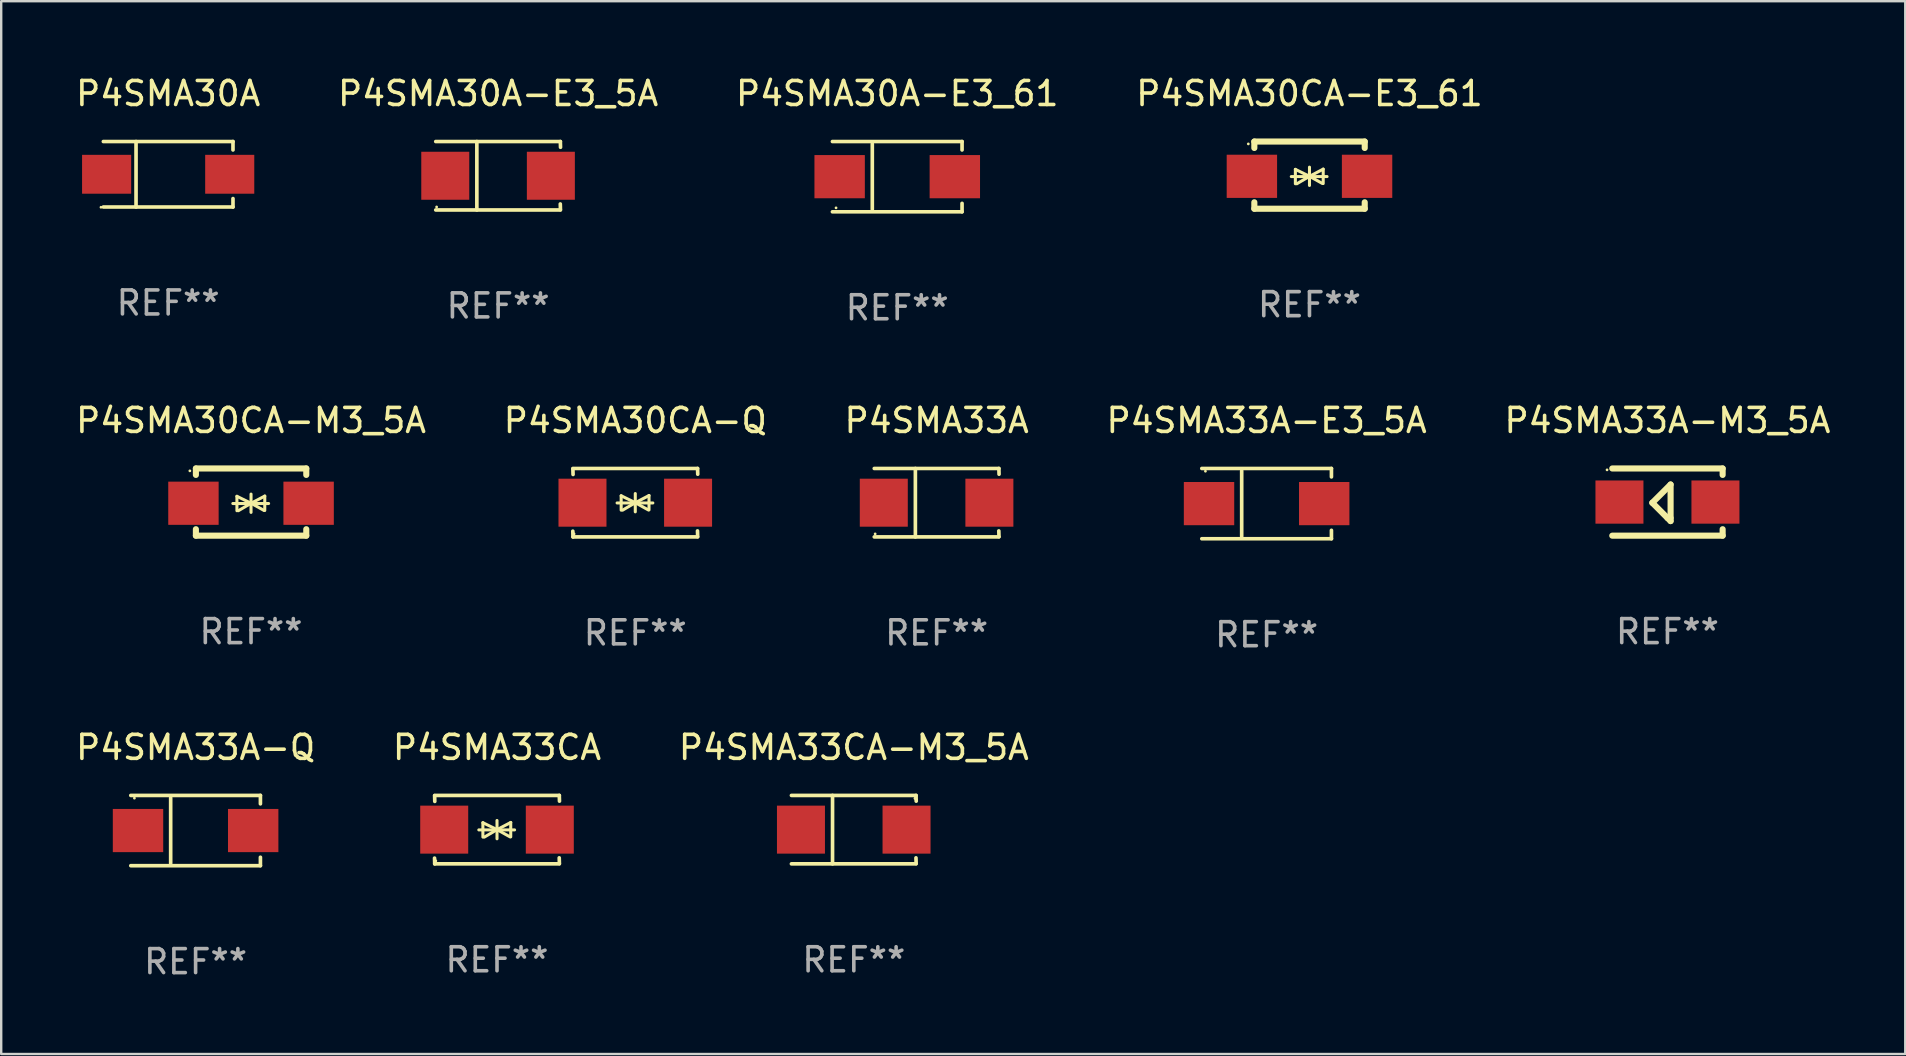
<source format=kicad_pcb>
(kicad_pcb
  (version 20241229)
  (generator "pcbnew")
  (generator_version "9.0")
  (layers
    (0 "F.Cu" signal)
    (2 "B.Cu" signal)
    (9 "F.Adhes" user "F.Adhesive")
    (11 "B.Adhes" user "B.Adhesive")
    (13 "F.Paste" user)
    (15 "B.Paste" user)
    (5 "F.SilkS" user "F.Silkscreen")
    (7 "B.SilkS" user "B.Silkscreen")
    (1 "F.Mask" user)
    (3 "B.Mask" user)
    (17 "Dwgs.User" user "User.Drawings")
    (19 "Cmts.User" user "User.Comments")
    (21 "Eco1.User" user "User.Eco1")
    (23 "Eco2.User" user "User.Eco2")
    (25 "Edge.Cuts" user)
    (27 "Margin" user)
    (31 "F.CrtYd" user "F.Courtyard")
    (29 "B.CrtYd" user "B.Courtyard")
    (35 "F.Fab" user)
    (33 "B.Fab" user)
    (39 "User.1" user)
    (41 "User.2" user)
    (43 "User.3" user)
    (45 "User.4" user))
  (footprint "P4SMA30A-E3_61"
    (layer "F.Cu")
    (at 34.339 4.312)
    (property "Reference" "P4SMA30A-E3_61" (at 0 -3.464 0) (layer "F.SilkS") (effects (font (size 1 1) (thickness 0.15))))
    (attr through_hole)
    (fp_line (start -2.701 -1.464) (end 2.701 -1.464) (stroke (width 0.152) (type solid)) (layer "F.SilkS"))
    (fp_line (start -2.701 1.464) (end 2.701 1.464) (stroke (width 0.152) (type solid)) (layer "F.SilkS"))
    (fp_line (start -1.039 -1.364) (end -1.039 1.364) (stroke (width 0.152) (type solid)) (layer "F.SilkS"))
    (fp_line (start 2.701 -1.464) (end 2.701 -1.113) (stroke (width 0.152) (type solid)) (layer "F.SilkS"))
    (fp_line (start 2.701 1.464) (end 2.701 1.113) (stroke (width 0.152) (type solid)) (layer "F.SilkS"))
    (fp_circle (center -2.55 1.3) (end -2.52 1.3) (stroke (width 0.06) (type solid)) (fill no) (layer "F.SilkS"))
    (fp_text user "REF**" (at 0 5.464 0) (layer "F.Fab") (effects (font (size 1 1) (thickness 0.15))))
    (pad "1" smd rect (at -2.4 0.000025) (size 2.1 1.8) (layers "F.Cu" "F.Mask" "F.Paste"))
    (pad "2" smd rect (at 2.4 0.000025) (size 2.1 1.8) (layers "F.Cu" "F.Mask" "F.Paste")))
  (footprint "P4SMA33A-M3_5A"
    (layer "F.Cu")
    (at 66.435 17.872)
    (property "Reference" "P4SMA33A-M3_5A" (at 0 -3.4 0) (layer "F.SilkS") (effects (font (size 1 1) (thickness 0.15))))
    (attr through_hole)
    (fp_line (start -2.3 -1.4) (end 2.3 -1.4) (stroke (width 0.254) (type solid)) (layer "F.SilkS"))
    (fp_line (start -2.3 1.4) (end 2.3 1.4) (stroke (width 0.254) (type solid)) (layer "F.SilkS"))
    (fp_line (start -0.631 0.03) (end 0.131 -0.732) (stroke (width 0.254) (type solid)) (layer "F.SilkS"))
    (fp_line (start 0.004 0.665) (end -0.631 0.03) (stroke (width 0.254) (type solid)) (layer "F.SilkS"))
    (fp_line (start 0.131 -0.732) (end 0.131 0.665) (stroke (width 0.254) (type solid)) (layer "F.SilkS"))
    (fp_line (start 0.131 0.665) (end 0.131 0.792) (stroke (width 0.254) (type solid)) (layer "F.SilkS"))
    (fp_line (start 0.131 0.792) (end 0.004 0.665) (stroke (width 0.254) (type solid)) (layer "F.SilkS"))
    (fp_line (start 2.3 -1.4) (end 2.3 -1.131) (stroke (width 0.254) (type solid)) (layer "F.SilkS"))
    (fp_line (start 2.3 1.131) (end 2.3 1.4) (stroke (width 0.254) (type solid)) (layer "F.SilkS"))
    (fp_circle (center -2.517 -1.342) (end -2.487 -1.342) (stroke (width 0.06) (type solid)) (fill no) (layer "F.SilkS"))
    (fp_text user "REF**" (at 0 5.4 0) (layer "F.Fab") (effects (font (size 1 1) (thickness 0.15))))
    (pad "1" smd rect (at -2 -0.000127) (size 2 1.8) (layers "F.Cu" "F.Mask" "F.Paste"))
    (pad "2" smd rect (at 2 -0.000127) (size 2 1.8) (layers "F.Cu" "F.Mask" "F.Paste")))
  (footprint "P4SMA30CA-E3_61"
    (layer "F.Cu")
    (at 51.518 4.248)
    (property "Reference" "P4SMA30CA-E3_61" (at 0 -3.4 0) (layer "F.SilkS") (effects (font (size 1 1) (thickness 0.15))))
    (attr through_hole)
    (fp_line (start -2.298 -1.4) (end -2.298 -1.131) (stroke (width 0.254) (type solid)) (layer "F.SilkS"))
    (fp_line (start -2.298 -1.4) (end 2.302 -1.4) (stroke (width 0.254) (type solid)) (layer "F.SilkS"))
    (fp_line (start -2.298 1.131) (end -2.298 1.4) (stroke (width 0.254) (type solid)) (layer "F.SilkS"))
    (fp_line (start -2.298 1.4) (end 2.302 1.4) (stroke (width 0.254) (type solid)) (layer "F.SilkS"))
    (fp_line (start -0.758 0.06) (end 0.732 0.06) (stroke (width 0.127) (type solid)) (layer "F.SilkS"))
    (fp_line (start -0.588 -0.24) (end -0.588 0.36) (stroke (width 0.127) (type solid)) (layer "F.SilkS"))
    (fp_line (start -0.588 -0.24) (end 0.000025 0.049) (stroke (width 0.127) (type solid)) (layer "F.SilkS"))
    (fp_line (start -0.528 0.36) (end 0.000025 0.049) (stroke (width 0.127) (type solid)) (layer "F.SilkS"))
    (fp_line (start 0.000025 0.049) (end 0.000025 -0.332) (stroke (width 0.127) (type solid)) (layer "F.SilkS"))
    (fp_line (start 0.000025 0.049) (end 0.000025 0.43) (stroke (width 0.127) (type solid)) (layer "F.SilkS"))
    (fp_line (start 0.542 0.35) (end 0.000025 0.049) (stroke (width 0.127) (type solid)) (layer "F.SilkS"))
    (fp_line (start 0.572 -0.25) (end 0.000025 0.049) (stroke (width 0.127) (type solid)) (layer "F.SilkS"))
    (fp_line (start 0.572 -0.25) (end 0.572 0.35) (stroke (width 0.127) (type solid)) (layer "F.SilkS"))
    (fp_line (start 2.302 -1.4) (end 2.302 -1.131) (stroke (width 0.254) (type solid)) (layer "F.SilkS"))
    (fp_line (start 2.302 1.131) (end 2.302 1.4) (stroke (width 0.254) (type solid)) (layer "F.SilkS"))
    (fp_circle (center -2.549 -1.301) (end -2.519 -1.301) (stroke (width 0.06) (type solid)) (fill no) (layer "F.SilkS"))
    (fp_text user "REF**" (at 0 5.4 0) (layer "F.Fab") (effects (font (size 1 1) (thickness 0.15))))
    (pad "1" smd rect (at -2.4 0.049) (size 2.1 1.8) (layers "F.Cu" "F.Mask" "F.Paste"))
    (pad "2" smd rect (at 2.4 0.049) (size 2.1 1.8) (layers "F.Cu" "F.Mask" "F.Paste")))
  (footprint "P4SMA33A"
    (layer "F.Cu")
    (at 35.982 17.898)
    (property "Reference" "P4SMA33A" (at 0 -3.426 0) (layer "F.SilkS") (effects (font (size 1 1) (thickness 0.15))))
    (attr through_hole)
    (fp_line (start -2.6 -1.426) (end 2.593 -1.426) (stroke (width 0.152) (type solid)) (layer "F.SilkS"))
    (fp_line (start -2.6 1.426) (end 2.593 1.426) (stroke (width 0.152) (type solid)) (layer "F.SilkS"))
    (fp_line (start -0.887 -1.426) (end -0.887 1.426) (stroke (width 0.152) (type solid)) (layer "F.SilkS"))
    (fp_line (start 2.59 1.176) (end 2.597 1.415) (stroke (width 0.152) (type solid)) (layer "F.SilkS"))
    (fp_line (start 2.593 -1.426) (end 2.6 -1.187) (stroke (width 0.152) (type solid)) (layer "F.SilkS"))
    (fp_circle (center -2.563 1.3) (end -2.533 1.3) (stroke (width 0.06) (type solid)) (fill no) (layer "F.SilkS"))
    (fp_text user "REF**" (at 0 5.426 0) (layer "F.Fab") (effects (font (size 1 1) (thickness 0.15))))
    (pad "1" smd rect (at -2.203 -0.000025 180) (size 2 2) (layers "F.Cu" "F.Mask" "F.Paste"))
    (pad "2" smd rect (at 2.197 -0.000025 180) (size 2 2) (layers "F.Cu" "F.Mask" "F.Paste")))
  (footprint "P4SMA33A-Q"
    (layer "F.Cu")
    (at 5.101 31.56)
    (property "Reference" "P4SMA33A-Q" (at 0 -3.464 0) (layer "F.SilkS") (effects (font (size 1 1) (thickness 0.15))))
    (attr through_hole)
    (fp_line (start -2.701 -1.464) (end 2.701 -1.464) (stroke (width 0.152) (type solid)) (layer "F.SilkS"))
    (fp_line (start -2.701 1.464) (end 2.701 1.464) (stroke (width 0.152) (type solid)) (layer "F.SilkS"))
    (fp_line (start -1.039 -1.364) (end -1.039 1.364) (stroke (width 0.152) (type solid)) (layer "F.SilkS"))
    (fp_line (start 2.701 -1.464) (end 2.701 -1.113) (stroke (width 0.152) (type solid)) (layer "F.SilkS"))
    (fp_line (start 2.701 1.464) (end 2.701 1.113) (stroke (width 0.152) (type solid)) (layer "F.SilkS"))
    (fp_circle (center -2.55 -1.35) (end -2.52 -1.35) (stroke (width 0.06) (type solid)) (fill no) (layer "F.SilkS"))
    (fp_text user "REF**" (at 0 5.464 0) (layer "F.Fab") (effects (font (size 1 1) (thickness 0.15))))
    (pad "1" smd rect (at -2.4 0) (size 2.1 1.8) (layers "F.Cu" "F.Mask" "F.Paste"))
    (pad "2" smd rect (at 2.4 0) (size 2.1 1.8) (layers "F.Cu" "F.Mask" "F.Paste")))
  (footprint "P4SMA33CA"
    (layer "F.Cu")
    (at 17.661 31.522)
    (property "Reference" "P4SMA33CA" (at 0 -3.426 0) (layer "F.SilkS") (effects (font (size 1 1) (thickness 0.15))))
    (attr through_hole)
    (fp_line (start -2.596 -1.426) (end 2.596 -1.426) (stroke (width 0.152) (type solid)) (layer "F.SilkS"))
    (fp_line (start -2.596 1.426) (end -2.603 1.187) (stroke (width 0.152) (type solid)) (layer "F.SilkS"))
    (fp_line (start -2.596 1.426) (end 2.596 1.426) (stroke (width 0.152) (type solid)) (layer "F.SilkS"))
    (fp_line (start -2.593 -1.176) (end -2.6 -1.415) (stroke (width 0.152) (type solid)) (layer "F.SilkS"))
    (fp_line (start -0.758 0.011) (end 0.732 0.011) (stroke (width 0.127) (type solid)) (layer "F.SilkS"))
    (fp_line (start -0.588 -0.289) (end -0.588 0.311) (stroke (width 0.127) (type solid)) (layer "F.SilkS"))
    (fp_line (start -0.588 -0.289) (end 0 0) (stroke (width 0.127) (type solid)) (layer "F.SilkS"))
    (fp_line (start -0.528 0.311) (end 0 0) (stroke (width 0.127) (type solid)) (layer "F.SilkS"))
    (fp_line (start 0 0) (end 0 -0.381) (stroke (width 0.127) (type solid)) (layer "F.SilkS"))
    (fp_line (start 0 0) (end 0 0.381) (stroke (width 0.127) (type solid)) (layer "F.SilkS"))
    (fp_line (start 0.542 0.301) (end 0 0) (stroke (width 0.127) (type solid)) (layer "F.SilkS"))
    (fp_line (start 0.572 -0.299) (end 0 0) (stroke (width 0.127) (type solid)) (layer "F.SilkS"))
    (fp_line (start 0.572 -0.299) (end 0.572 0.301) (stroke (width 0.127) (type solid)) (layer "F.SilkS"))
    (fp_line (start 2.593 1.176) (end 2.6 1.415) (stroke (width 0.152) (type solid)) (layer "F.SilkS"))
    (fp_line (start 2.596 -1.426) (end 2.603 -1.187) (stroke (width 0.152) (type solid)) (layer "F.SilkS"))
    (fp_circle (center -2.55 1.3) (end -2.52 1.3) (stroke (width 0.06) (type solid)) (fill no) (layer "F.SilkS"))
    (fp_text user "REF**" (at 0 5.426 0) (layer "F.Fab") (effects (font (size 1 1) (thickness 0.15))))
    (pad "1" smd rect (at -2.2 0 180) (size 2 2) (layers "F.Cu" "F.Mask" "F.Paste"))
    (pad "2" smd rect (at 2.2 0 180) (size 2 2) (layers "F.Cu" "F.Mask" "F.Paste")))
  (footprint "P4SMA33CA-M3_5A"
    (layer "F.Cu")
    (at 32.53 31.522)
    (property "Reference" "P4SMA33CA-M3_5A" (at 0 -3.426 0) (layer "F.SilkS") (effects (font (size 1 1) (thickness 0.15))))
    (attr through_hole)
    (fp_line (start -2.6 -1.426) (end 2.593 -1.426) (stroke (width 0.152) (type solid)) (layer "F.SilkS"))
    (fp_line (start -2.6 1.426) (end 2.593 1.426) (stroke (width 0.152) (type solid)) (layer "F.SilkS"))
    (fp_line (start -0.887 -1.426) (end -0.887 1.426) (stroke (width 0.152) (type solid)) (layer "F.SilkS"))
    (fp_line (start 2.59 1.176) (end 2.597 1.415) (stroke (width 0.152) (type solid)) (layer "F.SilkS"))
    (fp_line (start 2.593 -1.426) (end 2.6 -1.187) (stroke (width 0.152) (type solid)) (layer "F.SilkS"))
    (fp_circle (center 2.547 -1.3) (end 2.577 -1.3) (stroke (width 0.06) (type solid)) (fill no) (layer "F.SilkS"))
    (fp_text user "REF**" (at 0 5.426 0) (layer "F.Fab") (effects (font (size 1 1) (thickness 0.15))))
    (pad "1" smd rect (at 2.197 -0.000025 180) (size 2 2) (layers "F.Cu" "F.Mask" "F.Paste"))
    (pad "2" smd rect (at -2.203 -0.000025 180) (size 2 2) (layers "F.Cu" "F.Mask" "F.Paste")))
  (footprint "P4SMA30A-E3_5A"
    (layer "F.Cu")
    (at 17.708 4.274)
    (property "Reference" "P4SMA30A-E3_5A" (at 0 -3.426 0) (layer "F.SilkS") (effects (font (size 1 1) (thickness 0.15))))
    (attr through_hole)
    (fp_line (start -2.6 -1.426) (end 2.593 -1.426) (stroke (width 0.152) (type solid)) (layer "F.SilkS"))
    (fp_line (start -2.6 1.426) (end 2.593 1.426) (stroke (width 0.152) (type solid)) (layer "F.SilkS"))
    (fp_line (start -0.887 -1.426) (end -0.887 1.426) (stroke (width 0.152) (type solid)) (layer "F.SilkS"))
    (fp_line (start 2.59 1.176) (end 2.597 1.415) (stroke (width 0.152) (type solid)) (layer "F.SilkS"))
    (fp_line (start 2.593 -1.426) (end 2.6 -1.187) (stroke (width 0.152) (type solid)) (layer "F.SilkS"))
    (fp_circle (center -2.563 1.3) (end -2.533 1.3) (stroke (width 0.06) (type solid)) (fill no) (layer "F.SilkS"))
    (fp_text user "REF**" (at 0 5.426 0) (layer "F.Fab") (effects (font (size 1 1) (thickness 0.15))))
    (pad "1" smd rect (at -2.203 -0.000025 180) (size 2 2) (layers "F.Cu" "F.Mask" "F.Paste"))
    (pad "2" smd rect (at 2.197 -0.000025 180) (size 2 2) (layers "F.Cu" "F.Mask" "F.Paste")))
  (footprint "P4SMA33A-E3_5A"
    (layer "F.Cu")
    (at 49.732 17.936)
    (property "Reference" "P4SMA33A-E3_5A" (at 0 -3.464 0) (layer "F.SilkS") (effects (font (size 1 1) (thickness 0.15))))
    (attr through_hole)
    (fp_line (start -2.701 -1.464) (end 2.701 -1.464) (stroke (width 0.152) (type solid)) (layer "F.SilkS"))
    (fp_line (start -2.701 1.464) (end 2.701 1.464) (stroke (width 0.152) (type solid)) (layer "F.SilkS"))
    (fp_line (start -1.039 -1.364) (end -1.039 1.364) (stroke (width 0.152) (type solid)) (layer "F.SilkS"))
    (fp_line (start 2.701 -1.464) (end 2.701 -1.113) (stroke (width 0.152) (type solid)) (layer "F.SilkS"))
    (fp_line (start 2.701 1.464) (end 2.701 1.113) (stroke (width 0.152) (type solid)) (layer "F.SilkS"))
    (fp_circle (center -2.55 -1.35) (end -2.52 -1.35) (stroke (width 0.06) (type solid)) (fill no) (layer "F.SilkS"))
    (fp_text user "REF**" (at 0 5.464 0) (layer "F.Fab") (effects (font (size 1 1) (thickness 0.15))))
    (pad "1" smd rect (at -2.4 0) (size 2.1 1.8) (layers "F.Cu" "F.Mask" "F.Paste"))
    (pad "2" smd rect (at 2.4 0) (size 2.1 1.8) (layers "F.Cu" "F.Mask" "F.Paste")))
  (footprint "P4SMA30A"
    (layer "F.Cu")
    (at 3.958 4.212)
    (property "Reference" "P4SMA30A" (at 0 -3.364 0) (layer "F.SilkS") (effects (font (size 1 1) (thickness 0.15))))
    (attr through_hole)
    (fp_line (start -2.701 -1.364) (end 2.701 -1.364) (stroke (width 0.152) (type solid)) (layer "F.SilkS"))
    (fp_line (start -2.701 1.364) (end 2.701 1.364) (stroke (width 0.152) (type solid)) (layer "F.SilkS"))
    (fp_line (start -1.339 -1.364) (end -1.339 1.364) (stroke (width 0.152) (type solid)) (layer "F.SilkS"))
    (fp_line (start 2.701 -1.364) (end 2.701 -1.013) (stroke (width 0.152) (type solid)) (layer "F.SilkS"))
    (fp_line (start 2.701 1.364) (end 2.701 1.013) (stroke (width 0.152) (type solid)) (layer "F.SilkS"))
    (fp_circle (center -2.8 1.375) (end -2.77 1.375) (stroke (width 0.06) (type solid)) (fill no) (layer "F.SilkS"))
    (fp_text user "REF**" (at 0 5.364 0) (layer "F.Fab") (effects (font (size 1 1) (thickness 0.15))))
    (pad "1" smd rect (at -2.565 -0.000025) (size 2.046 1.62) (layers "F.Cu" "F.Mask" "F.Paste"))
    (pad "2" smd rect (at 2.565 -0.000025) (size 2.046 1.62) (layers "F.Cu" "F.Mask" "F.Paste")))
  (footprint "P4SMA30CA-Q"
    (layer "F.Cu")
    (at 23.423 17.898)
    (property "Reference" "P4SMA30CA-Q" (at 0 -3.426 0) (layer "F.SilkS") (effects (font (size 1 1) (thickness 0.15))))
    (attr through_hole)
    (fp_line (start -2.596 -1.426) (end 2.596 -1.426) (stroke (width 0.152) (type solid)) (layer "F.SilkS"))
    (fp_line (start -2.596 1.426) (end -2.603 1.187) (stroke (width 0.152) (type solid)) (layer "F.SilkS"))
    (fp_line (start -2.596 1.426) (end 2.596 1.426) (stroke (width 0.152) (type solid)) (layer "F.SilkS"))
    (fp_line (start -2.593 -1.176) (end -2.6 -1.415) (stroke (width 0.152) (type solid)) (layer "F.SilkS"))
    (fp_line (start -0.758 0.011) (end 0.732 0.011) (stroke (width 0.127) (type solid)) (layer "F.SilkS"))
    (fp_line (start -0.588 -0.289) (end -0.588 0.311) (stroke (width 0.127) (type solid)) (layer "F.SilkS"))
    (fp_line (start -0.588 -0.289) (end 0 0) (stroke (width 0.127) (type solid)) (layer "F.SilkS"))
    (fp_line (start -0.528 0.311) (end 0 0) (stroke (width 0.127) (type solid)) (layer "F.SilkS"))
    (fp_line (start 0 0) (end 0 -0.381) (stroke (width 0.127) (type solid)) (layer "F.SilkS"))
    (fp_line (start 0 0) (end 0 0.381) (stroke (width 0.127) (type solid)) (layer "F.SilkS"))
    (fp_line (start 0.542 0.301) (end 0 0) (stroke (width 0.127) (type solid)) (layer "F.SilkS"))
    (fp_line (start 0.572 -0.299) (end 0 0) (stroke (width 0.127) (type solid)) (layer "F.SilkS"))
    (fp_line (start 0.572 -0.299) (end 0.572 0.301) (stroke (width 0.127) (type solid)) (layer "F.SilkS"))
    (fp_line (start 2.593 1.176) (end 2.6 1.415) (stroke (width 0.152) (type solid)) (layer "F.SilkS"))
    (fp_line (start 2.596 -1.426) (end 2.603 -1.187) (stroke (width 0.152) (type solid)) (layer "F.SilkS"))
    (fp_circle (center -2.55 1.3) (end -2.52 1.3) (stroke (width 0.06) (type solid)) (fill no) (layer "F.SilkS"))
    (fp_text user "REF**" (at 0 5.426 0) (layer "F.Fab") (effects (font (size 1 1) (thickness 0.15))))
    (pad "1" smd rect (at -2.2 0 180) (size 2 2) (layers "F.Cu" "F.Mask" "F.Paste"))
    (pad "2" smd rect (at 2.2 0 180) (size 2 2) (layers "F.Cu" "F.Mask" "F.Paste")))
  (footprint "P4SMA30CA-M3_5A"
    (layer "F.Cu")
    (at 7.411 17.872)
    (property "Reference" "P4SMA30CA-M3_5A" (at 0 -3.4 0) (layer "F.SilkS") (effects (font (size 1 1) (thickness 0.15))))
    (attr through_hole)
    (fp_line (start -2.298 -1.4) (end -2.298 -1.131) (stroke (width 0.254) (type solid)) (layer "F.SilkS"))
    (fp_line (start -2.298 -1.4) (end 2.302 -1.4) (stroke (width 0.254) (type solid)) (layer "F.SilkS"))
    (fp_line (start -2.298 1.131) (end -2.298 1.4) (stroke (width 0.254) (type solid)) (layer "F.SilkS"))
    (fp_line (start -2.298 1.4) (end 2.302 1.4) (stroke (width 0.254) (type solid)) (layer "F.SilkS"))
    (fp_line (start -0.758 0.06) (end 0.732 0.06) (stroke (width 0.127) (type solid)) (layer "F.SilkS"))
    (fp_line (start -0.588 -0.24) (end -0.588 0.36) (stroke (width 0.127) (type solid)) (layer "F.SilkS"))
    (fp_line (start -0.588 -0.24) (end 0.000025 0.049) (stroke (width 0.127) (type solid)) (layer "F.SilkS"))
    (fp_line (start -0.528 0.36) (end 0.000025 0.049) (stroke (width 0.127) (type solid)) (layer "F.SilkS"))
    (fp_line (start 0.000025 0.049) (end 0.000025 -0.332) (stroke (width 0.127) (type solid)) (layer "F.SilkS"))
    (fp_line (start 0.000025 0.049) (end 0.000025 0.43) (stroke (width 0.127) (type solid)) (layer "F.SilkS"))
    (fp_line (start 0.542 0.35) (end 0.000025 0.049) (stroke (width 0.127) (type solid)) (layer "F.SilkS"))
    (fp_line (start 0.572 -0.25) (end 0.000025 0.049) (stroke (width 0.127) (type solid)) (layer "F.SilkS"))
    (fp_line (start 0.572 -0.25) (end 0.572 0.35) (stroke (width 0.127) (type solid)) (layer "F.SilkS"))
    (fp_line (start 2.302 -1.4) (end 2.302 -1.131) (stroke (width 0.254) (type solid)) (layer "F.SilkS"))
    (fp_line (start 2.302 1.131) (end 2.302 1.4) (stroke (width 0.254) (type solid)) (layer "F.SilkS"))
    (fp_circle (center -2.549 -1.301) (end -2.519 -1.301) (stroke (width 0.06) (type solid)) (fill no) (layer "F.SilkS"))
    (fp_text user "REF**" (at 0 5.4 0) (layer "F.Fab") (effects (font (size 1 1) (thickness 0.15))))
    (pad "1" smd rect (at -2.4 0.049) (size 2.1 1.8) (layers "F.Cu" "F.Mask" "F.Paste"))
    (pad "2" smd rect (at 2.4 0.049) (size 2.1 1.8) (layers "F.Cu" "F.Mask" "F.Paste")))
  (gr_rect
    (start -3 -3)
    (end 76.345 40.872)
    (stroke (width 0.1) (type default))
    (fill no)
    (layer "Edge.Cuts")))
</source>
